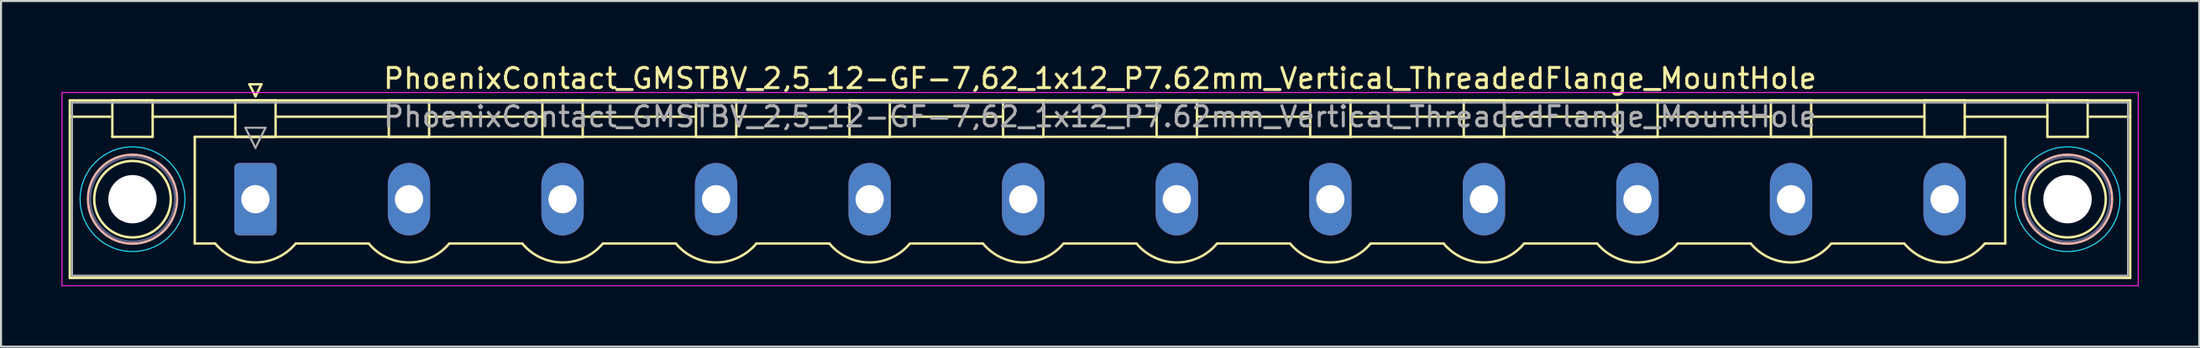
<source format=kicad_pcb>
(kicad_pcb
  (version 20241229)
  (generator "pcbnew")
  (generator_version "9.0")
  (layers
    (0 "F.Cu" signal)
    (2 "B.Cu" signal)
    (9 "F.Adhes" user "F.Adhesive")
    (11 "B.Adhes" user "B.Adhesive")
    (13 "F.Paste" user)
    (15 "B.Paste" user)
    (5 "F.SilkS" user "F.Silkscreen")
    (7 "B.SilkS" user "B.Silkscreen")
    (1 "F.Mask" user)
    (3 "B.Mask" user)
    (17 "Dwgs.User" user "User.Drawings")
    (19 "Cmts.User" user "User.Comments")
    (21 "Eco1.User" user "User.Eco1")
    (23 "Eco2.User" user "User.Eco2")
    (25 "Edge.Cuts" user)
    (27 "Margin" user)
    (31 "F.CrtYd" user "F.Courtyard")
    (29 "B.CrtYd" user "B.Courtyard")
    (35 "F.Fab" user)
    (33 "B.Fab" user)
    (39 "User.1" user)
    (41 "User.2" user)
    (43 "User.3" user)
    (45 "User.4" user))
  (footprint "PhoenixContact_GMSTBV_2,5_12-GF-7,62_1x12_P7.62mm_Vertical_ThreadedFlange_MountHole"
    (layer "F.Cu")
    (at 9.625 6.848)
    (property "Reference" "PhoenixContact_GMSTBV_2,5_12-GF-7,62_1x12_P7.62mm_Vertical_ThreadedFlange_MountHole" (at 41.91 -6 0) (layer "F.SilkS") (effects (font (size 1 1) (thickness 0.15))))
    (attr through_hole)
    (fp_line (start -9.21 -4.91) (end -9.21 3.91) (stroke (width 0.12) (type solid)) (layer "F.SilkS"))
    (fp_line (start -9.21 -4.1) (end -7.21 -4.1) (stroke (width 0.12) (type solid)) (layer "F.SilkS"))
    (fp_line (start -9.21 3.91) (end 93.03 3.91) (stroke (width 0.12) (type solid)) (layer "F.SilkS"))
    (fp_line (start -7.1 -4.91) (end -5.1 -4.91) (stroke (width 0.12) (type solid)) (layer "F.SilkS"))
    (fp_line (start -7.1 -3.1) (end -7.1 -4.91) (stroke (width 0.12) (type solid)) (layer "F.SilkS"))
    (fp_line (start -5.1 -4.91) (end -5.1 -3.1) (stroke (width 0.12) (type solid)) (layer "F.SilkS"))
    (fp_line (start -5.1 -4.1) (end -1 -4.1) (stroke (width 0.12) (type solid)) (layer "F.SilkS"))
    (fp_line (start -5.1 -3.1) (end -7.1 -3.1) (stroke (width 0.12) (type solid)) (layer "F.SilkS"))
    (fp_line (start -3.01 -3.1) (end 86.83 -3.1) (stroke (width 0.12) (type solid)) (layer "F.SilkS"))
    (fp_line (start -3.01 2.2) (end -3.01 -3.1) (stroke (width 0.12) (type solid)) (layer "F.SilkS"))
    (fp_line (start -2 2.2) (end -3.01 2.2) (stroke (width 0.12) (type solid)) (layer "F.SilkS"))
    (fp_line (start -1 -4.91) (end 1 -4.91) (stroke (width 0.12) (type solid)) (layer "F.SilkS"))
    (fp_line (start -1 -3.1) (end -1 -4.91) (stroke (width 0.12) (type solid)) (layer "F.SilkS"))
    (fp_line (start -0.3 -5.71) (end 0.3 -5.71) (stroke (width 0.12) (type solid)) (layer "F.SilkS"))
    (fp_line (start 0 -5.11) (end -0.3 -5.71) (stroke (width 0.12) (type solid)) (layer "F.SilkS"))
    (fp_line (start 0.3 -5.71) (end 0 -5.11) (stroke (width 0.12) (type solid)) (layer "F.SilkS"))
    (fp_line (start 1 -4.91) (end 1 -3.1) (stroke (width 0.12) (type solid)) (layer "F.SilkS"))
    (fp_line (start 1 -4.1) (end 6.62 -4.1) (stroke (width 0.12) (type solid)) (layer "F.SilkS"))
    (fp_line (start 1 -3.1) (end -1 -3.1) (stroke (width 0.12) (type solid)) (layer "F.SilkS"))
    (fp_line (start 2 2.2) (end 5.62 2.2) (stroke (width 0.12) (type solid)) (layer "F.SilkS"))
    (fp_line (start 6.62 -4.91) (end 8.62 -4.91) (stroke (width 0.12) (type solid)) (layer "F.SilkS"))
    (fp_line (start 6.62 -3.1) (end 6.62 -4.91) (stroke (width 0.12) (type solid)) (layer "F.SilkS"))
    (fp_line (start 8.62 -4.91) (end 8.62 -3.1) (stroke (width 0.12) (type solid)) (layer "F.SilkS"))
    (fp_line (start 8.62 -4.1) (end 14.24 -4.1) (stroke (width 0.12) (type solid)) (layer "F.SilkS"))
    (fp_line (start 8.62 -3.1) (end 6.62 -3.1) (stroke (width 0.12) (type solid)) (layer "F.SilkS"))
    (fp_line (start 9.62 2.2) (end 13.24 2.2) (stroke (width 0.12) (type solid)) (layer "F.SilkS"))
    (fp_line (start 14.24 -4.91) (end 16.24 -4.91) (stroke (width 0.12) (type solid)) (layer "F.SilkS"))
    (fp_line (start 14.24 -3.1) (end 14.24 -4.91) (stroke (width 0.12) (type solid)) (layer "F.SilkS"))
    (fp_line (start 16.24 -4.91) (end 16.24 -3.1) (stroke (width 0.12) (type solid)) (layer "F.SilkS"))
    (fp_line (start 16.24 -4.1) (end 21.86 -4.1) (stroke (width 0.12) (type solid)) (layer "F.SilkS"))
    (fp_line (start 16.24 -3.1) (end 14.24 -3.1) (stroke (width 0.12) (type solid)) (layer "F.SilkS"))
    (fp_line (start 17.24 2.2) (end 20.86 2.2) (stroke (width 0.12) (type solid)) (layer "F.SilkS"))
    (fp_line (start 21.86 -4.91) (end 23.86 -4.91) (stroke (width 0.12) (type solid)) (layer "F.SilkS"))
    (fp_line (start 21.86 -3.1) (end 21.86 -4.91) (stroke (width 0.12) (type solid)) (layer "F.SilkS"))
    (fp_line (start 23.86 -4.91) (end 23.86 -3.1) (stroke (width 0.12) (type solid)) (layer "F.SilkS"))
    (fp_line (start 23.86 -4.1) (end 29.48 -4.1) (stroke (width 0.12) (type solid)) (layer "F.SilkS"))
    (fp_line (start 23.86 -3.1) (end 21.86 -3.1) (stroke (width 0.12) (type solid)) (layer "F.SilkS"))
    (fp_line (start 24.86 2.2) (end 28.48 2.2) (stroke (width 0.12) (type solid)) (layer "F.SilkS"))
    (fp_line (start 29.48 -4.91) (end 31.48 -4.91) (stroke (width 0.12) (type solid)) (layer "F.SilkS"))
    (fp_line (start 29.48 -3.1) (end 29.48 -4.91) (stroke (width 0.12) (type solid)) (layer "F.SilkS"))
    (fp_line (start 31.48 -4.91) (end 31.48 -3.1) (stroke (width 0.12) (type solid)) (layer "F.SilkS"))
    (fp_line (start 31.48 -4.1) (end 37.1 -4.1) (stroke (width 0.12) (type solid)) (layer "F.SilkS"))
    (fp_line (start 31.48 -3.1) (end 29.48 -3.1) (stroke (width 0.12) (type solid)) (layer "F.SilkS"))
    (fp_line (start 32.48 2.2) (end 36.1 2.2) (stroke (width 0.12) (type solid)) (layer "F.SilkS"))
    (fp_line (start 37.1 -4.91) (end 39.1 -4.91) (stroke (width 0.12) (type solid)) (layer "F.SilkS"))
    (fp_line (start 37.1 -3.1) (end 37.1 -4.91) (stroke (width 0.12) (type solid)) (layer "F.SilkS"))
    (fp_line (start 39.1 -4.91) (end 39.1 -3.1) (stroke (width 0.12) (type solid)) (layer "F.SilkS"))
    (fp_line (start 39.1 -4.1) (end 44.72 -4.1) (stroke (width 0.12) (type solid)) (layer "F.SilkS"))
    (fp_line (start 39.1 -3.1) (end 37.1 -3.1) (stroke (width 0.12) (type solid)) (layer "F.SilkS"))
    (fp_line (start 40.1 2.2) (end 43.72 2.2) (stroke (width 0.12) (type solid)) (layer "F.SilkS"))
    (fp_line (start 44.72 -4.91) (end 46.72 -4.91) (stroke (width 0.12) (type solid)) (layer "F.SilkS"))
    (fp_line (start 44.72 -3.1) (end 44.72 -4.91) (stroke (width 0.12) (type solid)) (layer "F.SilkS"))
    (fp_line (start 46.72 -4.91) (end 46.72 -3.1) (stroke (width 0.12) (type solid)) (layer "F.SilkS"))
    (fp_line (start 46.72 -4.1) (end 52.34 -4.1) (stroke (width 0.12) (type solid)) (layer "F.SilkS"))
    (fp_line (start 46.72 -3.1) (end 44.72 -3.1) (stroke (width 0.12) (type solid)) (layer "F.SilkS"))
    (fp_line (start 47.72 2.2) (end 51.34 2.2) (stroke (width 0.12) (type solid)) (layer "F.SilkS"))
    (fp_line (start 52.34 -4.91) (end 54.34 -4.91) (stroke (width 0.12) (type solid)) (layer "F.SilkS"))
    (fp_line (start 52.34 -3.1) (end 52.34 -4.91) (stroke (width 0.12) (type solid)) (layer "F.SilkS"))
    (fp_line (start 54.34 -4.91) (end 54.34 -3.1) (stroke (width 0.12) (type solid)) (layer "F.SilkS"))
    (fp_line (start 54.34 -4.1) (end 59.96 -4.1) (stroke (width 0.12) (type solid)) (layer "F.SilkS"))
    (fp_line (start 54.34 -3.1) (end 52.34 -3.1) (stroke (width 0.12) (type solid)) (layer "F.SilkS"))
    (fp_line (start 55.34 2.2) (end 58.96 2.2) (stroke (width 0.12) (type solid)) (layer "F.SilkS"))
    (fp_line (start 59.96 -4.91) (end 61.96 -4.91) (stroke (width 0.12) (type solid)) (layer "F.SilkS"))
    (fp_line (start 59.96 -3.1) (end 59.96 -4.91) (stroke (width 0.12) (type solid)) (layer "F.SilkS"))
    (fp_line (start 61.96 -4.91) (end 61.96 -3.1) (stroke (width 0.12) (type solid)) (layer "F.SilkS"))
    (fp_line (start 61.96 -4.1) (end 67.58 -4.1) (stroke (width 0.12) (type solid)) (layer "F.SilkS"))
    (fp_line (start 61.96 -3.1) (end 59.96 -3.1) (stroke (width 0.12) (type solid)) (layer "F.SilkS"))
    (fp_line (start 62.96 2.2) (end 66.58 2.2) (stroke (width 0.12) (type solid)) (layer "F.SilkS"))
    (fp_line (start 67.58 -4.91) (end 69.58 -4.91) (stroke (width 0.12) (type solid)) (layer "F.SilkS"))
    (fp_line (start 67.58 -3.1) (end 67.58 -4.91) (stroke (width 0.12) (type solid)) (layer "F.SilkS"))
    (fp_line (start 69.58 -4.91) (end 69.58 -3.1) (stroke (width 0.12) (type solid)) (layer "F.SilkS"))
    (fp_line (start 69.58 -4.1) (end 75.2 -4.1) (stroke (width 0.12) (type solid)) (layer "F.SilkS"))
    (fp_line (start 69.58 -3.1) (end 67.58 -3.1) (stroke (width 0.12) (type solid)) (layer "F.SilkS"))
    (fp_line (start 70.58 2.2) (end 74.2 2.2) (stroke (width 0.12) (type solid)) (layer "F.SilkS"))
    (fp_line (start 75.2 -4.91) (end 77.2 -4.91) (stroke (width 0.12) (type solid)) (layer "F.SilkS"))
    (fp_line (start 75.2 -3.1) (end 75.2 -4.91) (stroke (width 0.12) (type solid)) (layer "F.SilkS"))
    (fp_line (start 77.2 -4.91) (end 77.2 -3.1) (stroke (width 0.12) (type solid)) (layer "F.SilkS"))
    (fp_line (start 77.2 -4.1) (end 82.82 -4.1) (stroke (width 0.12) (type solid)) (layer "F.SilkS"))
    (fp_line (start 77.2 -3.1) (end 75.2 -3.1) (stroke (width 0.12) (type solid)) (layer "F.SilkS"))
    (fp_line (start 78.2 2.2) (end 81.82 2.2) (stroke (width 0.12) (type solid)) (layer "F.SilkS"))
    (fp_line (start 82.82 -4.91) (end 84.82 -4.91) (stroke (width 0.12) (type solid)) (layer "F.SilkS"))
    (fp_line (start 82.82 -3.1) (end 82.82 -4.91) (stroke (width 0.12) (type solid)) (layer "F.SilkS"))
    (fp_line (start 84.82 -4.91) (end 84.82 -3.1) (stroke (width 0.12) (type solid)) (layer "F.SilkS"))
    (fp_line (start 84.82 -4.1) (end 88.92 -4.1) (stroke (width 0.12) (type solid)) (layer "F.SilkS"))
    (fp_line (start 84.82 -3.1) (end 82.82 -3.1) (stroke (width 0.12) (type solid)) (layer "F.SilkS"))
    (fp_line (start 86.83 -3.1) (end 86.83 2.2) (stroke (width 0.12) (type solid)) (layer "F.SilkS"))
    (fp_line (start 86.83 2.2) (end 85.82 2.2) (stroke (width 0.12) (type solid)) (layer "F.SilkS"))
    (fp_line (start 88.92 -4.91) (end 90.92 -4.91) (stroke (width 0.12) (type solid)) (layer "F.SilkS"))
    (fp_line (start 88.92 -3.1) (end 88.92 -4.91) (stroke (width 0.12) (type solid)) (layer "F.SilkS"))
    (fp_line (start 90.92 -4.91) (end 90.92 -3.1) (stroke (width 0.12) (type solid)) (layer "F.SilkS"))
    (fp_line (start 90.92 -3.1) (end 88.92 -3.1) (stroke (width 0.12) (type solid)) (layer "F.SilkS"))
    (fp_line (start 93.03 -4.91) (end -9.21 -4.91) (stroke (width 0.12) (type solid)) (layer "F.SilkS"))
    (fp_line (start 93.03 -4.1) (end 91.03 -4.1) (stroke (width 0.12) (type solid)) (layer "F.SilkS"))
    (fp_line (start 93.03 3.91) (end 93.03 -4.91) (stroke (width 0.12) (type solid)) (layer "F.SilkS"))
    (fp_arc (start 1.986842 2.215821) (mid -0.010289 3.142758) (end -2 2.2) (stroke (width 0.12) (type solid)) (layer "F.SilkS"))
    (fp_arc (start 9.606842 2.215821) (mid 7.609711 3.142758) (end 5.62 2.2) (stroke (width 0.12) (type solid)) (layer "F.SilkS"))
    (fp_arc (start 17.226842 2.215821) (mid 15.229711 3.142758) (end 13.24 2.2) (stroke (width 0.12) (type solid)) (layer "F.SilkS"))
    (fp_arc (start 24.846842 2.215821) (mid 22.849711 3.142758) (end 20.86 2.2) (stroke (width 0.12) (type solid)) (layer "F.SilkS"))
    (fp_arc (start 32.466842 2.215821) (mid 30.469711 3.142758) (end 28.48 2.2) (stroke (width 0.12) (type solid)) (layer "F.SilkS"))
    (fp_arc (start 40.086842 2.215821) (mid 38.089711 3.142758) (end 36.1 2.2) (stroke (width 0.12) (type solid)) (layer "F.SilkS"))
    (fp_arc (start 47.706842 2.215821) (mid 45.709711 3.142758) (end 43.72 2.2) (stroke (width 0.12) (type solid)) (layer "F.SilkS"))
    (fp_arc (start 55.326842 2.215821) (mid 53.329711 3.142758) (end 51.34 2.2) (stroke (width 0.12) (type solid)) (layer "F.SilkS"))
    (fp_arc (start 62.946842 2.215821) (mid 60.949711 3.142758) (end 58.96 2.2) (stroke (width 0.12) (type solid)) (layer "F.SilkS"))
    (fp_arc (start 70.566842 2.215821) (mid 68.569711 3.142758) (end 66.58 2.2) (stroke (width 0.12) (type solid)) (layer "F.SilkS"))
    (fp_arc (start 78.186842 2.215821) (mid 76.189711 3.142758) (end 74.2 2.2) (stroke (width 0.12) (type solid)) (layer "F.SilkS"))
    (fp_arc (start 85.806842 2.215821) (mid 83.809711 3.142758) (end 81.82 2.2) (stroke (width 0.12) (type solid)) (layer "F.SilkS"))
    (fp_circle (center -6.1 0) (end -4.2 0) (stroke (width 0.12) (type solid)) (fill no) (layer "F.SilkS"))
    (fp_circle (center 89.92 0) (end 91.82 0) (stroke (width 0.12) (type solid)) (fill no) (layer "F.SilkS"))
    (fp_circle (center -6.1 0) (end -3.89 0) (stroke (width 0.12) (type solid)) (fill no) (layer "B.SilkS"))
    (fp_circle (center 89.92 0) (end 92.13 0) (stroke (width 0.12) (type solid)) (fill no) (layer "B.SilkS"))
    (fp_circle (center -6.1 0) (end -3.5 0) (stroke (width 0.05) (type solid)) (fill no) (layer "B.CrtYd"))
    (fp_circle (center 89.92 0) (end 92.52 0) (stroke (width 0.05) (type solid)) (fill no) (layer "B.CrtYd"))
    (fp_line (start -9.6 -5.3) (end -9.6 4.3) (stroke (width 0.05) (type solid)) (layer "F.CrtYd"))
    (fp_line (start -9.6 4.3) (end 93.43 4.3) (stroke (width 0.05) (type solid)) (layer "F.CrtYd"))
    (fp_line (start 93.43 -5.3) (end -9.6 -5.3) (stroke (width 0.05) (type solid)) (layer "F.CrtYd"))
    (fp_line (start 93.43 4.3) (end 93.43 -5.3) (stroke (width 0.05) (type solid)) (layer "F.CrtYd"))
    (fp_circle (center -6.1 0) (end -4 0) (stroke (width 0.1) (type solid)) (fill no) (layer "B.Fab"))
    (fp_circle (center 89.92 0) (end 92.02 0) (stroke (width 0.1) (type solid)) (fill no) (layer "B.Fab"))
    (fp_line (start -9.1 -4.8) (end -9.1 3.8) (stroke (width 0.1) (type solid)) (layer "F.Fab"))
    (fp_line (start -9.1 3.8) (end 92.92 3.8) (stroke (width 0.1) (type solid)) (layer "F.Fab"))
    (fp_line (start -0.5 -3.55) (end 0.5 -3.55) (stroke (width 0.1) (type solid)) (layer "F.Fab"))
    (fp_line (start 0 -2.55) (end -0.5 -3.55) (stroke (width 0.1) (type solid)) (layer "F.Fab"))
    (fp_line (start 0.5 -3.55) (end 0 -2.55) (stroke (width 0.1) (type solid)) (layer "F.Fab"))
    (fp_line (start 92.92 -4.8) (end -9.1 -4.8) (stroke (width 0.1) (type solid)) (layer "F.Fab"))
    (fp_line (start 92.92 3.8) (end 92.92 -4.8) (stroke (width 0.1) (type solid)) (layer "F.Fab"))
    (fp_text user "${REFERENCE}" (at 41.91 -4.1 0) (layer "F.Fab") (effects (font (size 1 1) (thickness 0.15))))
    (pad "" np_thru_hole circle (at -6.1 0) (size 2.4 2.4) (drill 2.4) (layers "*.Cu" "*.Mask"))
    (pad "" np_thru_hole circle (at 89.92 0) (size 2.4 2.4) (drill 2.4) (layers "*.Cu" "*.Mask"))
    (pad "1" thru_hole roundrect (at 0 0) (size 2.1 3.6) (drill 1.4) (layers "*.Cu" "*.Mask") (roundrect_rratio 0.119))
    (pad "2" thru_hole oval (at 7.62 0) (size 2.1 3.6) (drill 1.4) (layers "*.Cu" "*.Mask"))
    (pad "3" thru_hole oval (at 15.24 0) (size 2.1 3.6) (drill 1.4) (layers "*.Cu" "*.Mask"))
    (pad "4" thru_hole oval (at 22.86 0) (size 2.1 3.6) (drill 1.4) (layers "*.Cu" "*.Mask"))
    (pad "5" thru_hole oval (at 30.48 0) (size 2.1 3.6) (drill 1.4) (layers "*.Cu" "*.Mask"))
    (pad "6" thru_hole oval (at 38.1 0) (size 2.1 3.6) (drill 1.4) (layers "*.Cu" "*.Mask"))
    (pad "7" thru_hole oval (at 45.72 0) (size 2.1 3.6) (drill 1.4) (layers "*.Cu" "*.Mask"))
    (pad "8" thru_hole oval (at 53.34 0) (size 2.1 3.6) (drill 1.4) (layers "*.Cu" "*.Mask"))
    (pad "9" thru_hole oval (at 60.96 0) (size 2.1 3.6) (drill 1.4) (layers "*.Cu" "*.Mask"))
    (pad "10" thru_hole oval (at 68.58 0) (size 2.1 3.6) (drill 1.4) (layers "*.Cu" "*.Mask"))
    (pad "11" thru_hole oval (at 76.2 0) (size 2.1 3.6) (drill 1.4) (layers "*.Cu" "*.Mask"))
    (pad "12" thru_hole oval (at 83.82 0) (size 2.1 3.6) (drill 1.4) (layers "*.Cu" "*.Mask")))
  (gr_rect
    (start -3 -3)
    (end 106.08 14.173)
    (stroke (width 0.1) (type default))
    (fill no)
    (layer "Edge.Cuts")))
</source>
